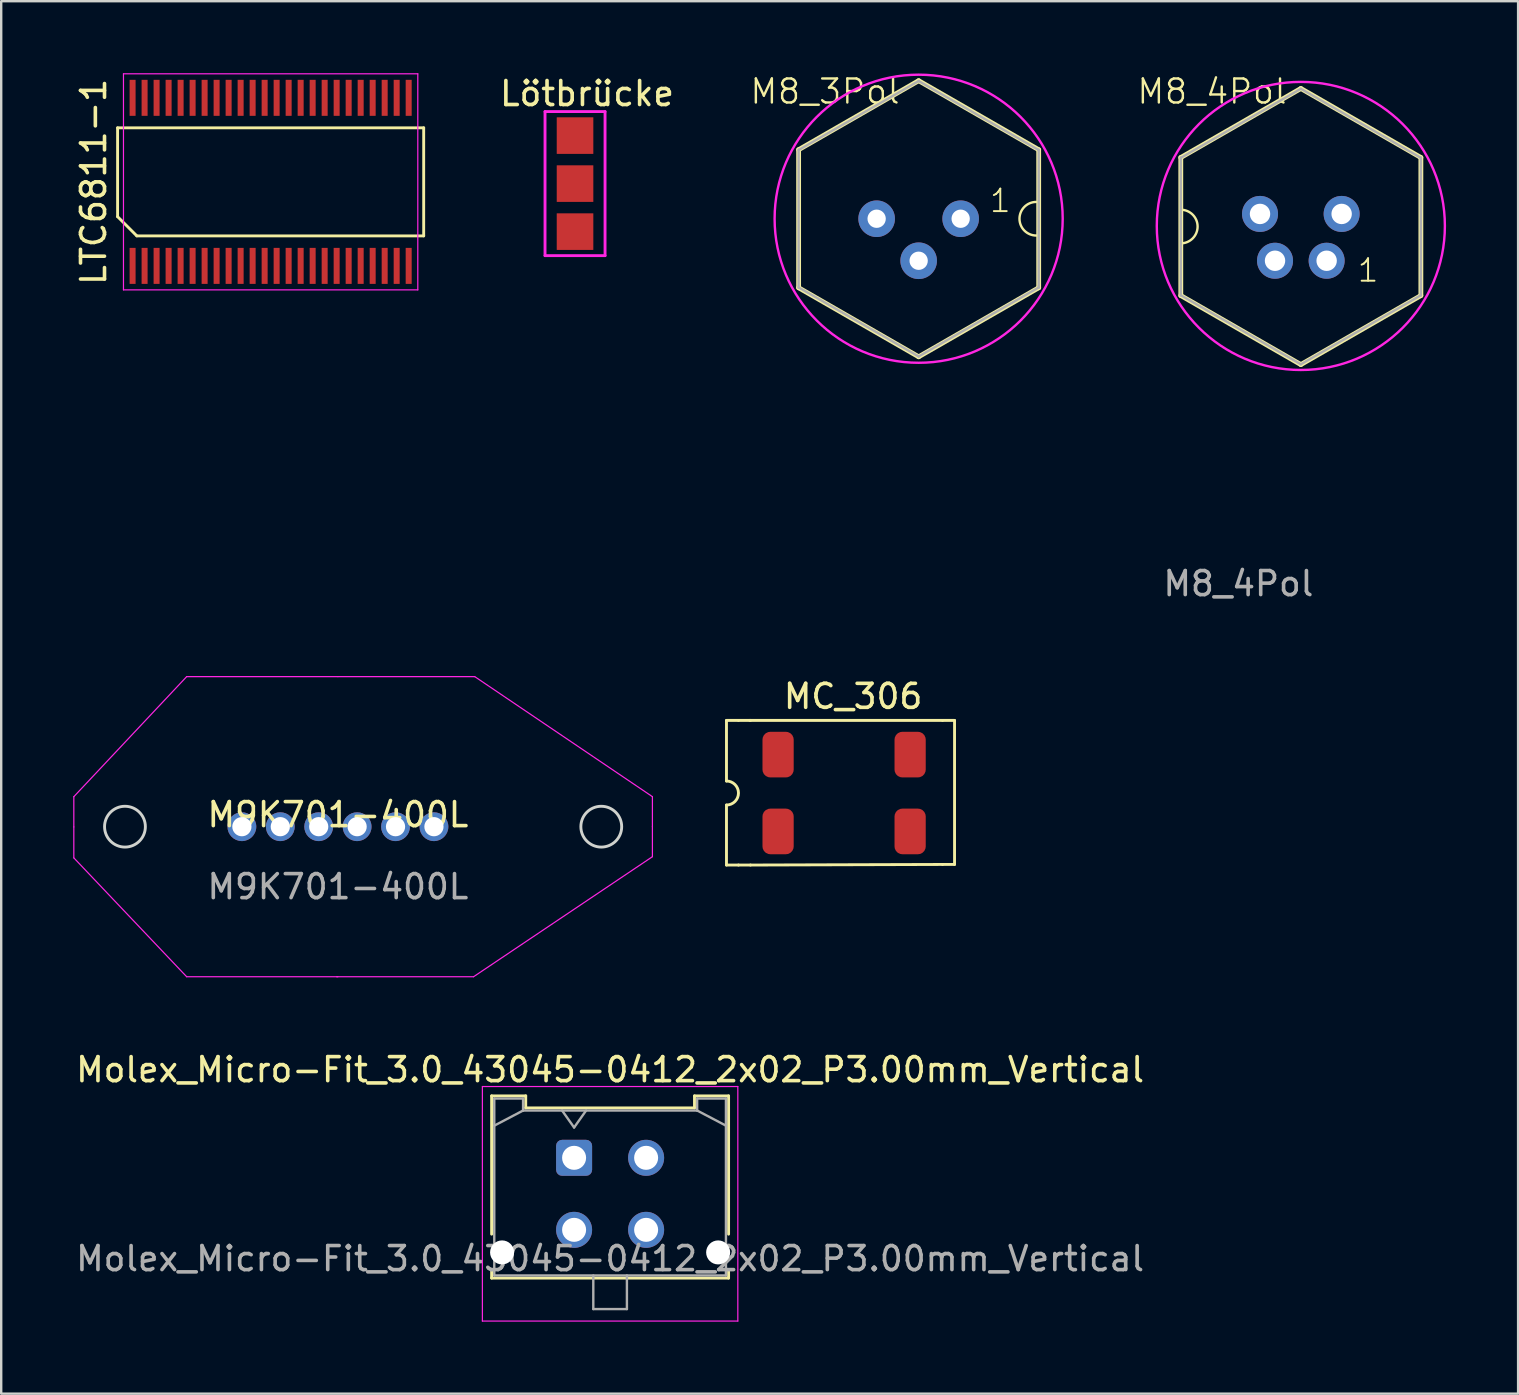
<source format=kicad_pcb>
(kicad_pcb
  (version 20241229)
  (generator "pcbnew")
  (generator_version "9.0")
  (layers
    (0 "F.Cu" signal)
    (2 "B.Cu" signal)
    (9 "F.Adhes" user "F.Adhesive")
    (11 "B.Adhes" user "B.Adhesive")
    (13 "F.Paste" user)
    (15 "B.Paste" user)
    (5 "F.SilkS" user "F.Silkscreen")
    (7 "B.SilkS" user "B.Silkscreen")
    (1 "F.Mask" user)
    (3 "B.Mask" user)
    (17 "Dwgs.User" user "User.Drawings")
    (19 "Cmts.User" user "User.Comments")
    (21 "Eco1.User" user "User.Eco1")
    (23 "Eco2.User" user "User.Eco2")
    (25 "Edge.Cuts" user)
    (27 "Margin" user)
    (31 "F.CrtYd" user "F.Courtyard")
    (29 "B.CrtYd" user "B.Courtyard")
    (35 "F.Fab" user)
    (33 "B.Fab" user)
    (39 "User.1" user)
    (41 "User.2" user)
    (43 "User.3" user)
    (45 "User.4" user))
  (footprint "M8_3Pol"
    (layer "F.Cu")
    (at 35.215 6.061)
    (property "Reference" "M8_3Pol" (at -3.9 -5.3 0) (unlocked yes) (layer "F.SilkS") (effects (font (size 1 1) (thickness 0.1))))
    (attr through_hole)
    (fp_line (start -5 -2.875) (end -5 2.875) (stroke (width 0.2) (type default)) (layer "F.SilkS"))
    (fp_line (start -5 -2.875) (end 0 -5.75) (stroke (width 0.2) (type default)) (layer "F.SilkS"))
    (fp_line (start 0 -5.75) (end 5 -2.875) (stroke (width 0.2) (type default)) (layer "F.SilkS"))
    (fp_line (start 0 5.75) (end -5 2.875) (stroke (width 0.2) (type default)) (layer "F.SilkS"))
    (fp_line (start 5 -2.875) (end 5 2.875) (stroke (width 0.2) (type default)) (layer "F.SilkS"))
    (fp_line (start 5 2.875) (end 0 5.75) (stroke (width 0.2) (type default)) (layer "F.SilkS"))
    (fp_arc (start 4.9 0.7) (mid 4.2 0) (end 4.9 -0.7) (stroke (width 0.1) (type default)) (layer "F.SilkS"))
    (fp_circle (center 0 0) (end 6 0) (stroke (width 0.1) (type default)) (fill no) (layer "F.CrtYd"))
    (fp_line (start -5 -2.875) (end -5 2.875) (stroke (width 0.1) (type default)) (layer "F.Fab"))
    (fp_line (start -5 -2.862) (end 0 -5.737) (stroke (width 0.1) (type default)) (layer "F.Fab"))
    (fp_line (start 0 -5.737) (end 5 -2.862) (stroke (width 0.1) (type default)) (layer "F.Fab"))
    (fp_line (start 0 5.737) (end -5 2.862) (stroke (width 0.1) (type default)) (layer "F.Fab"))
    (fp_line (start 5 -2.875) (end 5 2.875) (stroke (width 0.1) (type default)) (layer "F.Fab"))
    (fp_line (start 5 2.862) (end 0 5.737) (stroke (width 0.1) (type default)) (layer "F.Fab"))
    (fp_line (start -5 0) (end 5 0) (stroke (width 0.1) (type default)) (layer "User.1"))
    (fp_line (start 0 -5.75) (end 0 5.75) (stroke (width 0.1) (type default)) (layer "User.1"))
    (fp_text user "1" (at 3.4 -0.2 0) (layer "F.SilkS") (effects (font (size 0.935 0.935) (thickness 0.081)) (justify bottom)))
    (pad "1" thru_hole circle (at 1.75 0) (size 1.524 1.524) (drill 0.762) (layers "*.Cu" "*.Mask"))
    (pad "2" thru_hole circle (at -1.75 0) (size 1.524 1.524) (drill 0.762) (layers "*.Cu" "*.Mask"))
    (pad "3" thru_hole circle (at 0 1.75) (size 1.524 1.524) (drill 0.762) (layers "*.Cu" "*.Mask")))
  (footprint "Lötbrücke"
    (layer "F.Cu")
    (at 20.902 4.598)
    (property "Reference" "Lötbrücke" (at 0.5 -3.75 0) (layer "F.SilkS") (effects (font (size 1 1) (thickness 0.15))))
    (attr through_hole)
    (fp_line (start -1.25 -3) (end 1.25 -3) (stroke (width 0.12) (type solid)) (layer "F.CrtYd"))
    (fp_line (start -1.25 3) (end -1.25 -3) (stroke (width 0.12) (type solid)) (layer "F.CrtYd"))
    (fp_line (start 1.25 -3) (end 1.25 3) (stroke (width 0.12) (type solid)) (layer "F.CrtYd"))
    (fp_line (start 1.25 3) (end -1.25 3) (stroke (width 0.12) (type solid)) (layer "F.CrtYd"))
    (pad "1" smd rect (at 0 -2) (size 1.524 1.524) (layers "F.Cu" "F.Mask" "F.Paste"))
    (pad "2" smd rect (at 0 0) (size 1.524 1.524) (layers "F.Cu" "F.Mask" "F.Paste"))
    (pad "3" smd rect (at 0 2) (size 1.524 1.524) (layers "F.Cu" "F.Mask" "F.Paste")))
  (footprint "LTC6811-1"
    (layer "F.Cu")
    (at 8.223 4.525)
    (property "Reference" "LTC6811-1" (at -7.375 0 90) (layer "F.SilkS") (effects (font (size 1 1) (thickness 0.15))))
    (attr smd)
    (fp_line (start -6.375 -2.25) (end 6.375 -2.25) (stroke (width 0.12) (type solid)) (layer "F.SilkS"))
    (fp_line (start -6.375 1.45) (end -6.375 -2.25) (stroke (width 0.12) (type solid)) (layer "F.SilkS"))
    (fp_line (start -5.575 2.25) (end -6.375 1.45) (stroke (width 0.12) (type solid)) (layer "F.SilkS"))
    (fp_line (start 6.375 -2.25) (end 6.375 2.25) (stroke (width 0.12) (type solid)) (layer "F.SilkS"))
    (fp_line (start 6.375 2.25) (end -5.575 2.25) (stroke (width 0.12) (type solid)) (layer "F.SilkS"))
    (fp_line (start -6.13 -4.5) (end 6.13 -4.5) (stroke (width 0.05) (type solid)) (layer "F.CrtYd"))
    (fp_line (start -6.13 4.5) (end -6.13 -4.5) (stroke (width 0.05) (type solid)) (layer "F.CrtYd"))
    (fp_line (start 6.13 -4.5) (end 6.13 4.5) (stroke (width 0.05) (type solid)) (layer "F.CrtYd"))
    (fp_line (start 6.13 4.5) (end -6.13 4.5) (stroke (width 0.05) (type solid)) (layer "F.CrtYd"))
    (pad "1" smd rect (at -5.75 3.5) (size 0.25 1.5) (layers "F.Cu" "F.Mask" "F.Paste"))
    (pad "2" smd rect (at -5.25 3.5) (size 0.25 1.5) (layers "F.Cu" "F.Mask" "F.Paste"))
    (pad "3" smd rect (at -4.75 3.5) (size 0.25 1.5) (layers "F.Cu" "F.Mask" "F.Paste"))
    (pad "4" smd rect (at -4.25 3.5) (size 0.25 1.5) (layers "F.Cu" "F.Mask" "F.Paste"))
    (pad "5" smd rect (at -3.75 3.5) (size 0.25 1.5) (layers "F.Cu" "F.Mask" "F.Paste"))
    (pad "6" smd rect (at -3.25 3.5) (size 0.25 1.5) (layers "F.Cu" "F.Mask" "F.Paste"))
    (pad "7" smd rect (at -2.75 3.5) (size 0.25 1.5) (layers "F.Cu" "F.Mask" "F.Paste"))
    (pad "8" smd rect (at -2.25 3.5) (size 0.25 1.5) (layers "F.Cu" "F.Mask" "F.Paste"))
    (pad "9" smd rect (at -1.75 3.5) (size 0.25 1.5) (layers "F.Cu" "F.Mask" "F.Paste"))
    (pad "10" smd rect (at -1.25 3.5) (size 0.25 1.5) (layers "F.Cu" "F.Mask" "F.Paste"))
    (pad "11" smd rect (at -0.75 3.5) (size 0.25 1.5) (layers "F.Cu" "F.Mask" "F.Paste"))
    (pad "12" smd rect (at -0.25 3.5) (size 0.25 1.5) (layers "F.Cu" "F.Mask" "F.Paste"))
    (pad "13" smd rect (at 0.25 3.5) (size 0.25 1.5) (layers "F.Cu" "F.Mask" "F.Paste"))
    (pad "14" smd rect (at 0.75 3.5) (size 0.25 1.5) (layers "F.Cu" "F.Mask" "F.Paste"))
    (pad "15" smd rect (at 1.25 3.5) (size 0.25 1.5) (layers "F.Cu" "F.Mask" "F.Paste"))
    (pad "16" smd rect (at 1.75 3.5) (size 0.25 1.5) (layers "F.Cu" "F.Mask" "F.Paste"))
    (pad "17" smd rect (at 2.25 3.5) (size 0.25 1.5) (layers "F.Cu" "F.Mask" "F.Paste"))
    (pad "18" smd rect (at 2.75 3.5) (size 0.25 1.5) (layers "F.Cu" "F.Mask" "F.Paste"))
    (pad "19" smd rect (at 3.25 3.5) (size 0.25 1.5) (layers "F.Cu" "F.Mask" "F.Paste"))
    (pad "20" smd rect (at 3.75 3.5) (size 0.25 1.5) (layers "F.Cu" "F.Mask" "F.Paste"))
    (pad "21" smd rect (at 4.25 3.5) (size 0.25 1.5) (layers "F.Cu" "F.Mask" "F.Paste"))
    (pad "22" smd rect (at 4.75 3.5) (size 0.25 1.5) (layers "F.Cu" "F.Mask" "F.Paste"))
    (pad "23" smd rect (at 5.25 3.5) (size 0.25 1.5) (layers "F.Cu" "F.Mask" "F.Paste"))
    (pad "24" smd rect (at 5.75 3.5) (size 0.25 1.5) (layers "F.Cu" "F.Mask" "F.Paste"))
    (pad "25" smd rect (at 5.75 -3.5) (size 0.25 1.5) (layers "F.Cu" "F.Mask" "F.Paste"))
    (pad "26" smd rect (at 5.25 -3.5) (size 0.25 1.5) (layers "F.Cu" "F.Mask" "F.Paste"))
    (pad "27" smd rect (at 4.75 -3.5) (size 0.25 1.5) (layers "F.Cu" "F.Mask" "F.Paste"))
    (pad "28" smd rect (at 4.25 -3.5) (size 0.25 1.5) (layers "F.Cu" "F.Mask" "F.Paste"))
    (pad "29" smd rect (at 3.75 -3.5) (size 0.25 1.5) (layers "F.Cu" "F.Mask" "F.Paste"))
    (pad "30" smd rect (at 3.25 -3.5) (size 0.25 1.5) (layers "F.Cu" "F.Mask" "F.Paste"))
    (pad "31" smd rect (at 2.75 -3.5) (size 0.25 1.5) (layers "F.Cu" "F.Mask" "F.Paste"))
    (pad "32" smd rect (at 2.25 -3.5) (size 0.25 1.5) (layers "F.Cu" "F.Mask" "F.Paste"))
    (pad "33" smd rect (at 1.75 -3.5) (size 0.25 1.5) (layers "F.Cu" "F.Mask" "F.Paste"))
    (pad "34" smd rect (at 1.25 -3.5) (size 0.25 1.5) (layers "F.Cu" "F.Mask" "F.Paste"))
    (pad "35" smd rect (at 0.75 -3.5) (size 0.25 1.5) (layers "F.Cu" "F.Mask" "F.Paste"))
    (pad "36" smd rect (at 0.25 -3.5) (size 0.25 1.5) (layers "F.Cu" "F.Mask" "F.Paste"))
    (pad "37" smd rect (at -0.25 -3.5) (size 0.25 1.5) (layers "F.Cu" "F.Mask" "F.Paste"))
    (pad "38" smd rect (at -0.75 -3.5) (size 0.25 1.5) (layers "F.Cu" "F.Mask" "F.Paste"))
    (pad "39" smd rect (at -1.25 -3.5) (size 0.25 1.5) (layers "F.Cu" "F.Mask" "F.Paste"))
    (pad "40" smd rect (at -1.75 -3.5) (size 0.25 1.5) (layers "F.Cu" "F.Mask" "F.Paste"))
    (pad "41" smd rect (at -2.25 -3.5) (size 0.25 1.5) (layers "F.Cu" "F.Mask" "F.Paste"))
    (pad "42" smd rect (at -2.75 -3.5) (size 0.25 1.5) (layers "F.Cu" "F.Mask" "F.Paste"))
    (pad "43" smd rect (at -3.25 -3.5) (size 0.25 1.5) (layers "F.Cu" "F.Mask" "F.Paste"))
    (pad "44" smd rect (at -3.75 -3.5) (size 0.25 1.5) (layers "F.Cu" "F.Mask" "F.Paste"))
    (pad "45" smd rect (at -4.25 -3.5) (size 0.25 1.5) (layers "F.Cu" "F.Mask" "F.Paste"))
    (pad "46" smd rect (at -4.75 -3.5) (size 0.25 1.5) (layers "F.Cu" "F.Mask" "F.Paste"))
    (pad "47" smd rect (at -5.25 -3.5) (size 0.25 1.5) (layers "F.Cu" "F.Mask" "F.Paste"))
    (pad "48" smd rect (at -5.75 -3.5) (size 0.25 1.5) (layers "F.Cu" "F.Mask" "F.Paste")))
  (footprint "M8_4Pol"
    (layer "F.Cu")
    (at 51.134 6.361)
    (property "Reference" "M8_4Pol" (at -3.7 -5.6 0) (unlocked yes) (layer "F.SilkS") (effects (font (size 1 1) (thickness 0.1))))
    (attr through_hole)
    (fp_line (start -5 -2.85) (end -5 2.9) (stroke (width 0.2) (type default)) (layer "F.SilkS"))
    (fp_line (start -5 -2.85) (end 0 -5.725) (stroke (width 0.2) (type default)) (layer "F.SilkS"))
    (fp_line (start 0 -5.725) (end 5 -2.85) (stroke (width 0.2) (type default)) (layer "F.SilkS"))
    (fp_line (start 0 5.775) (end -5 2.9) (stroke (width 0.2) (type default)) (layer "F.SilkS"))
    (fp_line (start 5 -2.85) (end 5 2.9) (stroke (width 0.2) (type default)) (layer "F.SilkS"))
    (fp_line (start 5 2.9) (end 0 5.775) (stroke (width 0.2) (type default)) (layer "F.SilkS"))
    (fp_arc (start -5 -0.675) (mid -4.3 0.025) (end -5 0.725) (stroke (width 0.1) (type default)) (layer "F.SilkS"))
    (fp_circle (center 0 0) (end 6 0) (stroke (width 0.1) (type default)) (fill no) (layer "F.CrtYd"))
    (fp_line (start -5 -2.85) (end -5 2.9) (stroke (width 0.1) (type default)) (layer "F.Fab"))
    (fp_line (start -5 -2.837) (end 0 -5.713) (stroke (width 0.1) (type default)) (layer "F.Fab"))
    (fp_line (start 0 -5.713) (end 5 -2.837) (stroke (width 0.1) (type default)) (layer "F.Fab"))
    (fp_line (start 0 5.763) (end -5 2.888) (stroke (width 0.1) (type default)) (layer "F.Fab"))
    (fp_line (start 5 -2.85) (end 5 2.9) (stroke (width 0.1) (type default)) (layer "F.Fab"))
    (fp_line (start 5 2.888) (end 0 5.763) (stroke (width 0.1) (type default)) (layer "F.Fab"))
    (fp_line (start -5 0.025) (end 5 0.025) (stroke (width 0.1) (type default)) (layer "User.1"))
    (fp_line (start 0 -5.725) (end 0 5.775) (stroke (width 0.1) (type default)) (layer "User.1"))
    (fp_text user "1" (at 2.8 2.4 0) (layer "F.SilkS") (effects (font (size 0.935 0.935) (thickness 0.081)) (justify bottom)))
    (fp_text user "${REFERENCE}" (at -2.6 14.9 0) (unlocked yes) (layer "F.Fab") (effects (font (size 1 1) (thickness 0.15))))
    (pad "1" thru_hole circle (at -1.075 1.45) (size 1.5 1.5) (drill 0.85) (layers "*.Cu" "*.Mask"))
    (pad "2" thru_hole circle (at -1.7 -0.5) (size 1.5 1.5) (drill 0.85) (layers "*.Cu" "*.Mask"))
    (pad "3" thru_hole circle (at 1.075 1.45) (size 1.5 1.5) (drill 0.85) (layers "*.Cu" "*.Mask"))
    (pad "4" thru_hole circle (at 1.7 -0.5) (size 1.5 1.5) (drill 0.85) (layers "*.Cu" "*.Mask")))
  (footprint "Molex_Micro-Fit_3.0_43045-0412_2x02_P3.00mm_Vertical"
    (layer "F.Cu")
    (at 20.863 45.177)
    (property "Reference" "Molex_Micro-Fit_3.0_43045-0412_2x02_P3.00mm_Vertical" (at 1.5 -3.67 0) (layer "F.SilkS") (effects (font (size 1 1) (thickness 0.15))))
    (attr through_hole)
    (fp_line (start -3.435 -2.58) (end -2.015 -2.58) (stroke (width 0.12) (type solid)) (layer "F.SilkS"))
    (fp_line (start -3.435 3.18) (end -3.435 -2.58) (stroke (width 0.12) (type solid)) (layer "F.SilkS"))
    (fp_line (start -3.435 4.7) (end -3.435 5.01) (stroke (width 0.12) (type solid)) (layer "F.SilkS"))
    (fp_line (start -3.435 5.01) (end 6.435 5.01) (stroke (width 0.12) (type solid)) (layer "F.SilkS"))
    (fp_line (start -2.015 -2.58) (end -2.015 -2.08) (stroke (width 0.12) (type solid)) (layer "F.SilkS"))
    (fp_line (start -2.015 -2.08) (end 5.015 -2.08) (stroke (width 0.12) (type solid)) (layer "F.SilkS"))
    (fp_line (start 5.015 -2.58) (end 6.435 -2.58) (stroke (width 0.12) (type solid)) (layer "F.SilkS"))
    (fp_line (start 5.015 -2.08) (end 5.015 -2.58) (stroke (width 0.12) (type solid)) (layer "F.SilkS"))
    (fp_line (start 6.435 -2.58) (end 6.435 3.18) (stroke (width 0.12) (type solid)) (layer "F.SilkS"))
    (fp_line (start 6.435 5.01) (end 6.435 4.7) (stroke (width 0.12) (type solid)) (layer "F.SilkS"))
    (fp_line (start -3.82 -2.97) (end 6.82 -2.97) (stroke (width 0.05) (type solid)) (layer "F.CrtYd"))
    (fp_line (start -3.82 6.8) (end -3.82 -2.97) (stroke (width 0.05) (type solid)) (layer "F.CrtYd"))
    (fp_line (start 6.82 -2.97) (end 6.82 6.8) (stroke (width 0.05) (type solid)) (layer "F.CrtYd"))
    (fp_line (start 6.82 6.8) (end -3.82 6.8) (stroke (width 0.05) (type solid)) (layer "F.CrtYd"))
    (fp_line (start -3.325 -2.47) (end -3.325 4.9) (stroke (width 0.1) (type solid)) (layer "F.Fab"))
    (fp_line (start -3.325 -1.34) (end -2.125 -1.97) (stroke (width 0.1) (type solid)) (layer "F.Fab"))
    (fp_line (start -3.325 4.9) (end 6.325 4.9) (stroke (width 0.1) (type solid)) (layer "F.Fab"))
    (fp_line (start -2.125 -2.47) (end -3.325 -2.47) (stroke (width 0.1) (type solid)) (layer "F.Fab"))
    (fp_line (start -2.125 -1.97) (end -2.125 -2.47) (stroke (width 0.1) (type solid)) (layer "F.Fab"))
    (fp_line (start -0.5 -1.97) (end 0 -1.263) (stroke (width 0.1) (type solid)) (layer "F.Fab"))
    (fp_line (start 0 -1.263) (end 0.5 -1.97) (stroke (width 0.1) (type solid)) (layer "F.Fab"))
    (fp_line (start 0.8 4.9) (end 0.8 6.3) (stroke (width 0.1) (type solid)) (layer "F.Fab"))
    (fp_line (start 0.8 6.3) (end 2.2 6.3) (stroke (width 0.1) (type solid)) (layer "F.Fab"))
    (fp_line (start 2.2 6.3) (end 2.2 4.9) (stroke (width 0.1) (type solid)) (layer "F.Fab"))
    (fp_line (start 5.125 -2.47) (end 5.125 -1.97) (stroke (width 0.1) (type solid)) (layer "F.Fab"))
    (fp_line (start 5.125 -1.97) (end -2.125 -1.97) (stroke (width 0.1) (type solid)) (layer "F.Fab"))
    (fp_line (start 6.325 -2.47) (end 5.125 -2.47) (stroke (width 0.1) (type solid)) (layer "F.Fab"))
    (fp_line (start 6.325 -1.34) (end 5.125 -1.97) (stroke (width 0.1) (type solid)) (layer "F.Fab"))
    (fp_line (start 6.325 4.9) (end 6.325 -2.47) (stroke (width 0.1) (type solid)) (layer "F.Fab"))
    (fp_text user "${REFERENCE}" (at 1.5 4.2 0) (layer "F.Fab") (effects (font (size 1 1) (thickness 0.15))))
    (pad "" np_thru_hole circle (at -3 3.94) (size 1 1) (drill 1) (layers "*.Cu" "*.Mask"))
    (pad "" np_thru_hole circle (at 6 3.94) (size 1 1) (drill 1) (layers "*.Cu" "*.Mask"))
    (pad "1" thru_hole roundrect (at 0 0) (size 1.5 1.5) (drill 1) (layers "*.Cu" "*.Mask") (roundrect_rratio 0.167))
    (pad "2" thru_hole circle (at 3 0) (size 1.5 1.5) (drill 1) (layers "*.Cu" "*.Mask"))
    (pad "3" thru_hole circle (at 0 3) (size 1.5 1.5) (drill 1) (layers "*.Cu" "*.Mask"))
    (pad "4" thru_hole circle (at 3 3) (size 1.5 1.5) (drill 1) (layers "*.Cu" "*.Mask")))
  (footprint "M9K701-400L"
    (layer "F.Cu")
    (at 11.025 31.384)
    (property "Reference" "M9K701-400L" (at 0 -0.5 0) (unlocked yes) (layer "F.SilkS") (effects (font (size 1 1) (thickness 0.15))))
    (attr through_hole)
    (fp_circle (center -8.87 0) (end -8.02 0) (stroke (width 0.12) (type solid)) (fill no) (layer "Edge.Cuts"))
    (fp_circle (center 10.97 0) (end 11.82 0) (stroke (width 0.12) (type solid)) (fill no) (layer "Edge.Cuts"))
    (fp_line (start -11 -1.25) (end -6.3 -6.25) (stroke (width 0.05) (type solid)) (layer "F.CrtYd"))
    (fp_line (start -11 0.01) (end -11 -1.25) (stroke (width 0.05) (type solid)) (layer "F.CrtYd"))
    (fp_line (start -11 0.01) (end -11 1.3) (stroke (width 0.05) (type solid)) (layer "F.CrtYd"))
    (fp_line (start -6.3 6.25) (end -11 1.3) (stroke (width 0.05) (type solid)) (layer "F.CrtYd"))
    (fp_line (start -0.05 6.25) (end 5.65 6.25) (stroke (width 0.05) (type solid)) (layer "F.CrtYd"))
    (fp_line (start 0 -6.25) (end -6.3 -6.25) (stroke (width 0.05) (type solid)) (layer "F.CrtYd"))
    (fp_line (start 0 -6.25) (end 5.7 -6.25) (stroke (width 0.05) (type solid)) (layer "F.CrtYd"))
    (fp_line (start 0 6.25) (end -6.3 6.25) (stroke (width 0.05) (type solid)) (layer "F.CrtYd"))
    (fp_line (start 13.1 -1.25) (end 5.7 -6.25) (stroke (width 0.05) (type solid)) (layer "F.CrtYd"))
    (fp_line (start 13.1 0) (end 13.1 -1.25) (stroke (width 0.05) (type solid)) (layer "F.CrtYd"))
    (fp_line (start 13.1 0) (end 13.1 1.25) (stroke (width 0.05) (type solid)) (layer "F.CrtYd"))
    (fp_line (start 13.1 1.25) (end 5.65 6.25) (stroke (width 0.05) (type solid)) (layer "F.CrtYd"))
    (fp_text user "${REFERENCE}" (at 0 2.5 0) (unlocked yes) (layer "F.Fab") (effects (font (size 1 1) (thickness 0.15))))
    (pad "1" thru_hole circle (at -4 0) (size 1.2 1.2) (drill 0.8) (layers "*.Cu" "*.Mask"))
    (pad "2" thru_hole circle (at -2.4 0) (size 1.2 1.2) (drill 0.8) (layers "*.Cu" "*.Mask"))
    (pad "3" thru_hole circle (at -0.8 0) (size 1.2 1.2) (drill 0.8) (layers "*.Cu" "*.Mask"))
    (pad "4" thru_hole circle (at 0.8 0) (size 1.2 1.2) (drill 0.8) (layers "*.Cu" "*.Mask"))
    (pad "5" thru_hole circle (at 2.4 0) (size 1.2 1.2) (drill 0.8) (layers "*.Cu" "*.Mask"))
    (pad "6" thru_hole circle (at 4 0) (size 1.2 1.2) (drill 0.8) (layers "*.Cu" "*.Mask")))
  (footprint "MC_306"
    (layer "F.Cu")
    (at 30.935 25.482)
    (property "Reference" "MC_306" (at 1.55 0.475 0) (layer "F.SilkS") (effects (font (size 1 1) (thickness 0.15))))
    (attr through_hole)
    (fp_line (start -3.725 1.475) (end -3.225 1.475) (stroke (width 0.12) (type solid)) (layer "F.SilkS"))
    (fp_line (start -3.725 4) (end -3.725 1.475) (stroke (width 0.12) (type solid)) (layer "F.SilkS"))
    (fp_line (start -3.725 5) (end -3.725 7.5) (stroke (width 0.12) (type solid)) (layer "F.SilkS"))
    (fp_line (start -3.725 7.5) (end -3.225 7.5) (stroke (width 0.12) (type solid)) (layer "F.SilkS"))
    (fp_line (start -3.225 1.475) (end -2.725 1.475) (stroke (width 0.12) (type solid)) (layer "F.SilkS"))
    (fp_line (start -2.725 7.5) (end -3.225 7.5) (stroke (width 0.12) (type solid)) (layer "F.SilkS"))
    (fp_line (start -2.725 7.5) (end 5.275 7.475) (stroke (width 0.12) (type solid)) (layer "F.SilkS"))
    (fp_line (start 5.275 1.475) (end -2.75 1.475) (stroke (width 0.12) (type solid)) (layer "F.SilkS"))
    (fp_line (start 5.275 1.475) (end 5.775 1.475) (stroke (width 0.12) (type solid)) (layer "F.SilkS"))
    (fp_line (start 5.775 1.475) (end 5.775 7.475) (stroke (width 0.12) (type solid)) (layer "F.SilkS"))
    (fp_line (start 5.775 7.475) (end 5.275 7.475) (stroke (width 0.12) (type solid)) (layer "F.SilkS"))
    (fp_arc (start -3.725 4) (mid -3.225 4.5) (end -3.725 5) (stroke (width 0.12) (type solid)) (layer "F.SilkS"))
    (pad "1" smd roundrect (at -1.575 6.1 90) (size 1.9 1.3) (layers "F.Cu" "F.Mask" "F.Paste") (roundrect_rratio 0.25))
    (pad "2" smd roundrect (at 3.925 6.1 90) (size 1.9 1.3) (layers "F.Cu" "F.Mask" "F.Paste") (roundrect_rratio 0.25))
    (pad "3" smd roundrect (at 3.925 2.9 90) (size 1.9 1.3) (layers "F.Cu" "F.Mask" "F.Paste") (roundrect_rratio 0.25))
    (pad "4" smd roundrect (at -1.575 2.9 90) (size 1.9 1.3) (layers "F.Cu" "F.Mask" "F.Paste") (roundrect_rratio 0.25)))
  (gr_rect
    (start -3 -3)
    (end 60.184 55.002)
    (stroke (width 0.1) (type default))
    (fill no)
    (layer "Edge.Cuts")))
</source>
